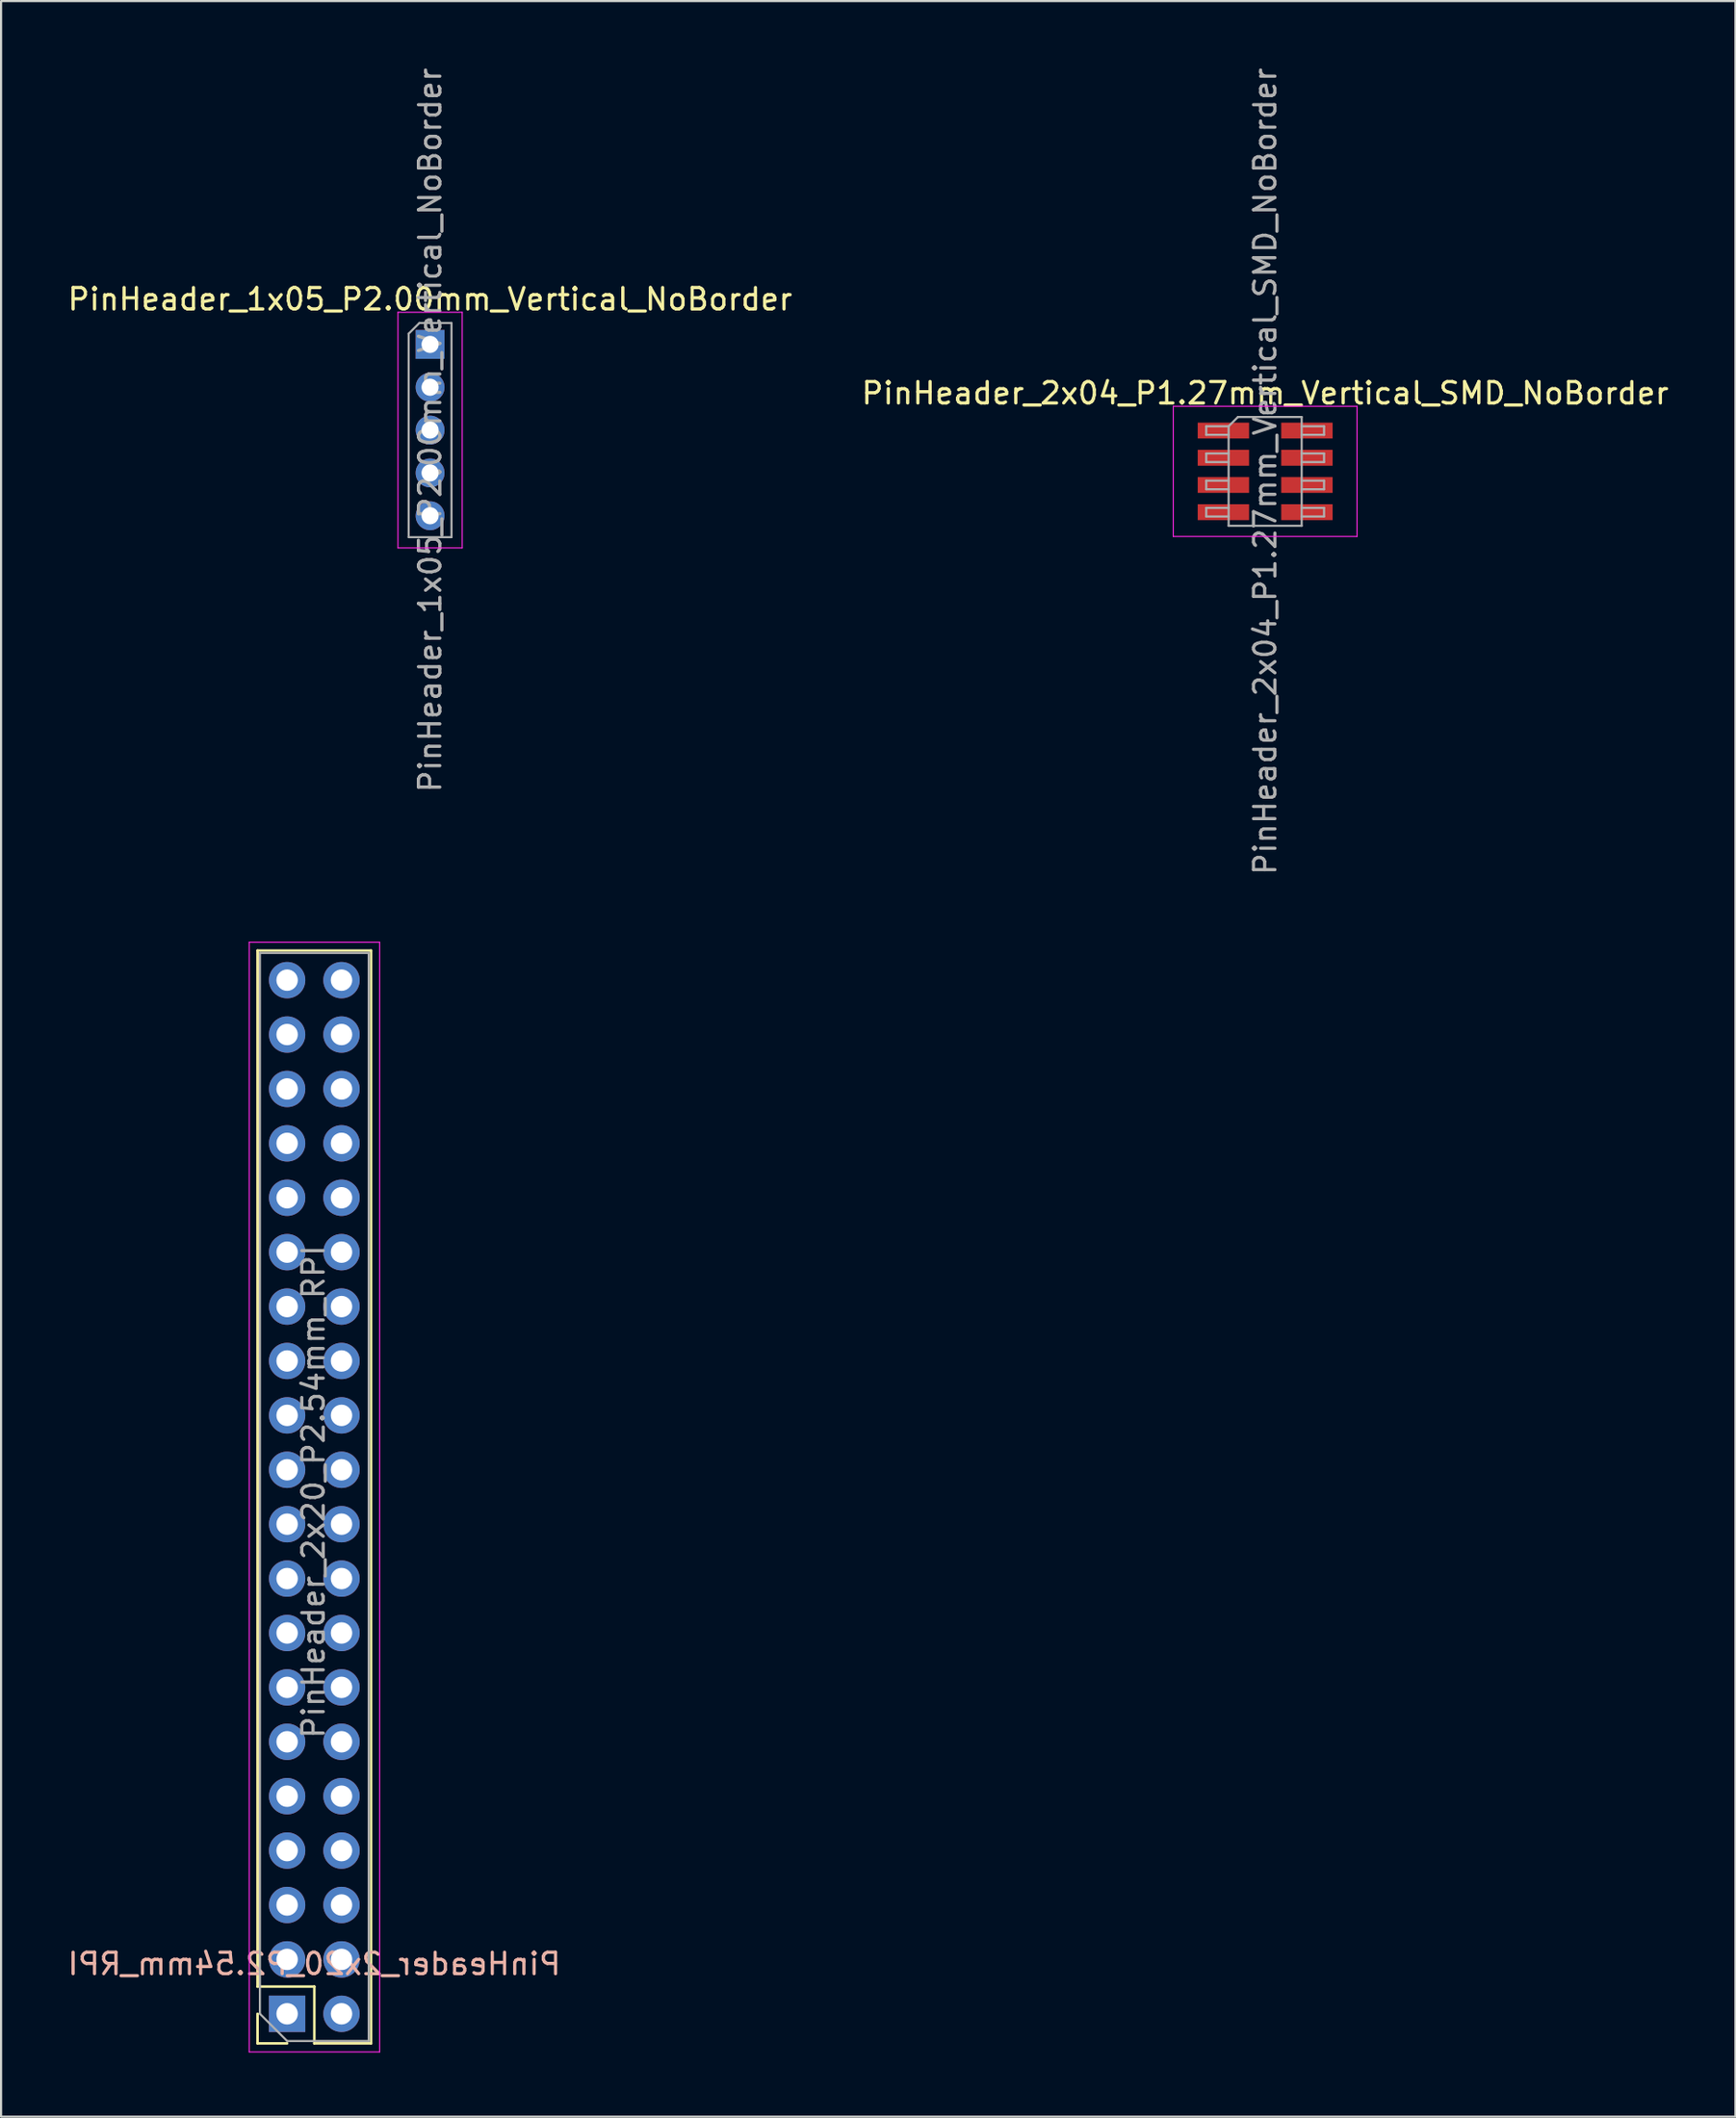
<source format=kicad_pcb>
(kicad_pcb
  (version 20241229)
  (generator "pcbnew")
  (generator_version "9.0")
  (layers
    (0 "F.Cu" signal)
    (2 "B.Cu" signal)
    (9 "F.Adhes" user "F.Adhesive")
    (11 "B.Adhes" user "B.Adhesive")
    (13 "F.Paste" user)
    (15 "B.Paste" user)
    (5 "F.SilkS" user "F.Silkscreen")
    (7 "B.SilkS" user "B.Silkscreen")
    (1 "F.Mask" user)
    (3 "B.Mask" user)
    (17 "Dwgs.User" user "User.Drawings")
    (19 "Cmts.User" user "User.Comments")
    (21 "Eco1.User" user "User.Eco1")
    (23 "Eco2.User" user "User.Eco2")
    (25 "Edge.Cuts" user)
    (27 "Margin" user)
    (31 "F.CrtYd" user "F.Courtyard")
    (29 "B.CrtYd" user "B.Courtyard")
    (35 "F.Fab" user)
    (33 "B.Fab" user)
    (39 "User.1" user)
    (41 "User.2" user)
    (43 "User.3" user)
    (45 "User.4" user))
  (footprint "PinHeader_1x05_P2.00mm_Vertical_NoBorder"
    (layer "F.Cu")
    (at 17.03 13.03)
    (property "Reference" "PinHeader_1x05_P2.00mm_Vertical_NoBorder" (at 0 -2.11 0) (layer "F.SilkS") (effects (font (size 1 1) (thickness 0.15))))
    (attr through_hole)
    (fp_line (start -1.5 -1.5) (end -1.5 9.5) (stroke (width 0.05) (type solid)) (layer "F.CrtYd"))
    (fp_line (start -1.5 9.5) (end 1.5 9.5) (stroke (width 0.05) (type solid)) (layer "F.CrtYd"))
    (fp_line (start 1.5 -1.5) (end -1.5 -1.5) (stroke (width 0.05) (type solid)) (layer "F.CrtYd"))
    (fp_line (start 1.5 9.5) (end 1.5 -1.5) (stroke (width 0.05) (type solid)) (layer "F.CrtYd"))
    (fp_line (start -1 -0.5) (end -0.5 -1) (stroke (width 0.1) (type solid)) (layer "F.Fab"))
    (fp_line (start -1 9) (end -1 -0.5) (stroke (width 0.1) (type solid)) (layer "F.Fab"))
    (fp_line (start -0.5 -1) (end 1 -1) (stroke (width 0.1) (type solid)) (layer "F.Fab"))
    (fp_line (start 1 -1) (end 1 9) (stroke (width 0.1) (type solid)) (layer "F.Fab"))
    (fp_line (start 1 9) (end -1 9) (stroke (width 0.1) (type solid)) (layer "F.Fab"))
    (fp_text user "${REFERENCE}" (at 0 4 90) (layer "F.Fab") (effects (font (size 1 1) (thickness 0.15))))
    (pad "1" thru_hole rect (at 0 0) (size 1.35 1.35) (drill 0.8) (layers "*.Cu" "*.Mask"))
    (pad "2" thru_hole circle (at 0 2) (size 1.35 1.35) (drill 0.8) (layers "*.Cu" "*.Mask"))
    (pad "3" thru_hole circle (at 0 4) (size 1.35 1.35) (drill 0.8) (layers "*.Cu" "*.Mask"))
    (pad "4" thru_hole circle (at 0 6) (size 1.35 1.35) (drill 0.8) (layers "*.Cu" "*.Mask"))
    (pad "5" thru_hole circle (at 0 8) (size 1.35 1.35) (drill 0.8) (layers "*.Cu" "*.Mask")))
  (footprint "PinHeader_2x04_P1.27mm_Vertical_SMD_NoBorder"
    (layer "F.Cu")
    (at 56.018 18.958)
    (property "Reference" "PinHeader_2x04_P1.27mm_Vertical_SMD_NoBorder" (at 0 -3.65 0) (layer "F.SilkS") (effects (font (size 1 1) (thickness 0.15))))
    (attr smd)
    (fp_line (start -4.29 -3.04) (end -4.29 3.04) (stroke (width 0.05) (type solid)) (layer "F.CrtYd"))
    (fp_line (start -4.29 3.04) (end 4.29 3.04) (stroke (width 0.05) (type solid)) (layer "F.CrtYd"))
    (fp_line (start 4.29 -3.04) (end -4.29 -3.04) (stroke (width 0.05) (type solid)) (layer "F.CrtYd"))
    (fp_line (start 4.29 3.04) (end 4.29 -3.04) (stroke (width 0.05) (type solid)) (layer "F.CrtYd"))
    (fp_line (start -2.75 -2.105) (end -2.75 -1.705) (stroke (width 0.1) (type solid)) (layer "F.Fab"))
    (fp_line (start -2.75 -1.705) (end -1.705 -1.705) (stroke (width 0.1) (type solid)) (layer "F.Fab"))
    (fp_line (start -2.75 -0.835) (end -2.75 -0.435) (stroke (width 0.1) (type solid)) (layer "F.Fab"))
    (fp_line (start -2.75 -0.435) (end -1.705 -0.435) (stroke (width 0.1) (type solid)) (layer "F.Fab"))
    (fp_line (start -2.75 0.435) (end -2.75 0.835) (stroke (width 0.1) (type solid)) (layer "F.Fab"))
    (fp_line (start -2.75 0.835) (end -1.705 0.835) (stroke (width 0.1) (type solid)) (layer "F.Fab"))
    (fp_line (start -2.75 1.705) (end -2.75 2.105) (stroke (width 0.1) (type solid)) (layer "F.Fab"))
    (fp_line (start -2.75 2.105) (end -1.705 2.105) (stroke (width 0.1) (type solid)) (layer "F.Fab"))
    (fp_line (start -1.705 -2.105) (end -2.75 -2.105) (stroke (width 0.1) (type solid)) (layer "F.Fab"))
    (fp_line (start -1.705 -2.105) (end -1.27 -2.54) (stroke (width 0.1) (type solid)) (layer "F.Fab"))
    (fp_line (start -1.705 -0.835) (end -2.75 -0.835) (stroke (width 0.1) (type solid)) (layer "F.Fab"))
    (fp_line (start -1.705 0.435) (end -2.75 0.435) (stroke (width 0.1) (type solid)) (layer "F.Fab"))
    (fp_line (start -1.705 1.705) (end -2.75 1.705) (stroke (width 0.1) (type solid)) (layer "F.Fab"))
    (fp_line (start -1.705 2.54) (end -1.705 -2.105) (stroke (width 0.1) (type solid)) (layer "F.Fab"))
    (fp_line (start -1.27 -2.54) (end 1.705 -2.54) (stroke (width 0.1) (type solid)) (layer "F.Fab"))
    (fp_line (start 1.705 -2.54) (end 1.705 2.54) (stroke (width 0.1) (type solid)) (layer "F.Fab"))
    (fp_line (start 1.705 -2.105) (end 2.75 -2.105) (stroke (width 0.1) (type solid)) (layer "F.Fab"))
    (fp_line (start 1.705 -0.835) (end 2.75 -0.835) (stroke (width 0.1) (type solid)) (layer "F.Fab"))
    (fp_line (start 1.705 0.435) (end 2.75 0.435) (stroke (width 0.1) (type solid)) (layer "F.Fab"))
    (fp_line (start 1.705 1.705) (end 2.75 1.705) (stroke (width 0.1) (type solid)) (layer "F.Fab"))
    (fp_line (start 1.705 2.54) (end -1.705 2.54) (stroke (width 0.1) (type solid)) (layer "F.Fab"))
    (fp_line (start 2.75 -2.105) (end 2.75 -1.705) (stroke (width 0.1) (type solid)) (layer "F.Fab"))
    (fp_line (start 2.75 -1.705) (end 1.705 -1.705) (stroke (width 0.1) (type solid)) (layer "F.Fab"))
    (fp_line (start 2.75 -0.835) (end 2.75 -0.435) (stroke (width 0.1) (type solid)) (layer "F.Fab"))
    (fp_line (start 2.75 -0.435) (end 1.705 -0.435) (stroke (width 0.1) (type solid)) (layer "F.Fab"))
    (fp_line (start 2.75 0.435) (end 2.75 0.835) (stroke (width 0.1) (type solid)) (layer "F.Fab"))
    (fp_line (start 2.75 0.835) (end 1.705 0.835) (stroke (width 0.1) (type solid)) (layer "F.Fab"))
    (fp_line (start 2.75 1.705) (end 2.75 2.105) (stroke (width 0.1) (type solid)) (layer "F.Fab"))
    (fp_line (start 2.75 2.105) (end 1.705 2.105) (stroke (width 0.1) (type solid)) (layer "F.Fab"))
    (fp_text user "${REFERENCE}" (at 0 0 90) (layer "F.Fab") (effects (font (size 1 1) (thickness 0.15))))
    (pad "1" smd rect (at -1.95 -1.905) (size 2.4 0.74) (layers "F.Cu" "F.Mask" "F.Paste"))
    (pad "2" smd rect (at 1.95 -1.905) (size 2.4 0.74) (layers "F.Cu" "F.Mask" "F.Paste"))
    (pad "3" smd rect (at -1.95 -0.635) (size 2.4 0.74) (layers "F.Cu" "F.Mask" "F.Paste"))
    (pad "4" smd rect (at 1.95 -0.635) (size 2.4 0.74) (layers "F.Cu" "F.Mask" "F.Paste"))
    (pad "5" smd rect (at -1.95 0.635) (size 2.4 0.74) (layers "F.Cu" "F.Mask" "F.Paste"))
    (pad "6" smd rect (at 1.95 0.635) (size 2.4 0.74) (layers "F.Cu" "F.Mask" "F.Paste"))
    (pad "7" smd rect (at -1.95 1.905) (size 2.4 0.74) (layers "F.Cu" "F.Mask" "F.Paste"))
    (pad "8" smd rect (at 1.95 1.905) (size 2.4 0.74) (layers "F.Cu" "F.Mask" "F.Paste")))
  (footprint "PinHeader_2x20_P2.54mm_RPI"
    (layer "F.Cu")
    (at 10.355 90.972)
    (property "Reference" "PinHeader_2x20_P2.54mm_RPI" (at 1.27 -2.33 0) (layer "B.SilkS") (effects (font (size 1 1) (thickness 0.15)) (justify mirror)))
    (attr through_hole)
    (fp_line (start -1.38 -49.64) (end 3.92 -49.64) (stroke (width 0.12) (type solid)) (layer "F.SilkS"))
    (fp_line (start -1.38 -1.27) (end -1.38 -49.64) (stroke (width 0.12) (type solid)) (layer "F.SilkS"))
    (fp_line (start -1.38 -1.27) (end 1.27 -1.27) (stroke (width 0.12) (type solid)) (layer "F.SilkS"))
    (fp_line (start -1.38 0) (end -1.38 1.38) (stroke (width 0.12) (type solid)) (layer "F.SilkS"))
    (fp_line (start -1.38 1.38) (end 0 1.38) (stroke (width 0.12) (type solid)) (layer "F.SilkS"))
    (fp_line (start 1.27 -1.27) (end 1.27 1.38) (stroke (width 0.12) (type solid)) (layer "F.SilkS"))
    (fp_line (start 1.27 1.38) (end 3.92 1.38) (stroke (width 0.12) (type solid)) (layer "F.SilkS"))
    (fp_line (start 3.92 1.38) (end 3.92 -49.64) (stroke (width 0.12) (type solid)) (layer "F.SilkS"))
    (fp_line (start -1.77 -50.03) (end 4.32 -50.03) (stroke (width 0.05) (type solid)) (layer "F.CrtYd"))
    (fp_line (start -1.77 1.78) (end -1.77 -50.03) (stroke (width 0.05) (type solid)) (layer "F.CrtYd"))
    (fp_line (start 4.32 -50.03) (end 4.32 1.78) (stroke (width 0.05) (type solid)) (layer "F.CrtYd"))
    (fp_line (start 4.32 1.78) (end -1.77 1.78) (stroke (width 0.05) (type solid)) (layer "F.CrtYd"))
    (fp_line (start -1.27 -49.53) (end -1.27 0) (stroke (width 0.1) (type solid)) (layer "F.Fab"))
    (fp_line (start -1.27 0) (end 0 1.27) (stroke (width 0.1) (type solid)) (layer "F.Fab"))
    (fp_line (start 0 1.27) (end 3.81 1.27) (stroke (width 0.1) (type solid)) (layer "F.Fab"))
    (fp_line (start 3.81 -49.53) (end -1.27 -49.53) (stroke (width 0.1) (type solid)) (layer "F.Fab"))
    (fp_line (start 3.81 1.27) (end 3.81 -49.53) (stroke (width 0.1) (type solid)) (layer "F.Fab"))
    (fp_text user "${REFERENCE}" (at 1.23 -24.37 270) (layer "F.Fab") (effects (font (size 1 1) (thickness 0.15))))
    (pad "1" thru_hole rect (at 0 0) (size 1.7 1.7) (drill 1) (layers "*.Cu" "*.Mask"))
    (pad "2" thru_hole circle (at 2.54 0) (size 1.7 1.7) (drill 1) (layers "*.Cu" "*.Mask"))
    (pad "3" thru_hole circle (at 0 -2.54) (size 1.7 1.7) (drill 1) (layers "*.Cu" "*.Mask"))
    (pad "4" thru_hole circle (at 2.54 -2.54) (size 1.7 1.7) (drill 1) (layers "*.Cu" "*.Mask"))
    (pad "5" thru_hole circle (at 0 -5.08) (size 1.7 1.7) (drill 1) (layers "*.Cu" "*.Mask"))
    (pad "6" thru_hole circle (at 2.54 -5.08) (size 1.7 1.7) (drill 1) (layers "*.Cu" "*.Mask"))
    (pad "7" thru_hole circle (at 0 -7.62) (size 1.7 1.7) (drill 1) (layers "*.Cu" "*.Mask"))
    (pad "8" thru_hole circle (at 2.54 -7.62) (size 1.7 1.7) (drill 1) (layers "*.Cu" "*.Mask"))
    (pad "9" thru_hole circle (at 0 -10.16) (size 1.7 1.7) (drill 1) (layers "*.Cu" "*.Mask"))
    (pad "10" thru_hole circle (at 2.54 -10.16) (size 1.7 1.7) (drill 1) (layers "*.Cu" "*.Mask"))
    (pad "11" thru_hole circle (at 0 -12.7) (size 1.7 1.7) (drill 1) (layers "*.Cu" "*.Mask"))
    (pad "12" thru_hole circle (at 2.54 -12.7) (size 1.7 1.7) (drill 1) (layers "*.Cu" "*.Mask"))
    (pad "13" thru_hole circle (at 0 -15.24) (size 1.7 1.7) (drill 1) (layers "*.Cu" "*.Mask"))
    (pad "14" thru_hole circle (at 2.54 -15.24) (size 1.7 1.7) (drill 1) (layers "*.Cu" "*.Mask"))
    (pad "15" thru_hole circle (at 0 -17.78) (size 1.7 1.7) (drill 1) (layers "*.Cu" "*.Mask"))
    (pad "16" thru_hole circle (at 2.54 -17.78) (size 1.7 1.7) (drill 1) (layers "*.Cu" "*.Mask"))
    (pad "17" thru_hole circle (at 0 -20.32) (size 1.7 1.7) (drill 1) (layers "*.Cu" "*.Mask"))
    (pad "18" thru_hole circle (at 2.54 -20.32) (size 1.7 1.7) (drill 1) (layers "*.Cu" "*.Mask"))
    (pad "19" thru_hole circle (at 0 -22.86) (size 1.7 1.7) (drill 1) (layers "*.Cu" "*.Mask"))
    (pad "20" thru_hole circle (at 2.54 -22.86) (size 1.7 1.7) (drill 1) (layers "*.Cu" "*.Mask"))
    (pad "21" thru_hole circle (at 0 -25.4) (size 1.7 1.7) (drill 1) (layers "*.Cu" "*.Mask"))
    (pad "22" thru_hole circle (at 2.54 -25.4) (size 1.7 1.7) (drill 1) (layers "*.Cu" "*.Mask"))
    (pad "23" thru_hole circle (at 0 -27.94) (size 1.7 1.7) (drill 1) (layers "*.Cu" "*.Mask"))
    (pad "24" thru_hole circle (at 2.54 -27.94) (size 1.7 1.7) (drill 1) (layers "*.Cu" "*.Mask"))
    (pad "25" thru_hole circle (at 0 -30.48) (size 1.7 1.7) (drill 1) (layers "*.Cu" "*.Mask"))
    (pad "26" thru_hole circle (at 2.54 -30.48) (size 1.7 1.7) (drill 1) (layers "*.Cu" "*.Mask"))
    (pad "27" thru_hole circle (at 0 -33.02) (size 1.7 1.7) (drill 1) (layers "*.Cu" "*.Mask"))
    (pad "28" thru_hole circle (at 2.54 -33.02) (size 1.7 1.7) (drill 1) (layers "*.Cu" "*.Mask"))
    (pad "29" thru_hole circle (at 0 -35.56) (size 1.7 1.7) (drill 1) (layers "*.Cu" "*.Mask"))
    (pad "30" thru_hole circle (at 2.54 -35.56) (size 1.7 1.7) (drill 1) (layers "*.Cu" "*.Mask"))
    (pad "31" thru_hole circle (at 0 -38.1) (size 1.7 1.7) (drill 1) (layers "*.Cu" "*.Mask"))
    (pad "32" thru_hole circle (at 2.54 -38.1) (size 1.7 1.7) (drill 1) (layers "*.Cu" "*.Mask"))
    (pad "33" thru_hole circle (at 0 -40.64) (size 1.7 1.7) (drill 1) (layers "*.Cu" "*.Mask"))
    (pad "34" thru_hole circle (at 2.54 -40.64) (size 1.7 1.7) (drill 1) (layers "*.Cu" "*.Mask"))
    (pad "35" thru_hole circle (at 0 -43.18) (size 1.7 1.7) (drill 1) (layers "*.Cu" "*.Mask"))
    (pad "36" thru_hole circle (at 2.54 -43.18) (size 1.7 1.7) (drill 1) (layers "*.Cu" "*.Mask"))
    (pad "37" thru_hole circle (at 0 -45.72) (size 1.7 1.7) (drill 1) (layers "*.Cu" "*.Mask"))
    (pad "38" thru_hole circle (at 2.54 -45.72) (size 1.7 1.7) (drill 1) (layers "*.Cu" "*.Mask"))
    (pad "39" thru_hole circle (at 0 -48.26) (size 1.7 1.7) (drill 1) (layers "*.Cu" "*.Mask"))
    (pad "40" thru_hole circle (at 2.54 -48.26) (size 1.7 1.7) (drill 1) (layers "*.Cu" "*.Mask")))
  (gr_rect
    (start -3 -3)
    (end 77.976 95.777)
    (stroke (width 0.1) (type default))
    (fill no)
    (layer "Edge.Cuts")))
</source>
